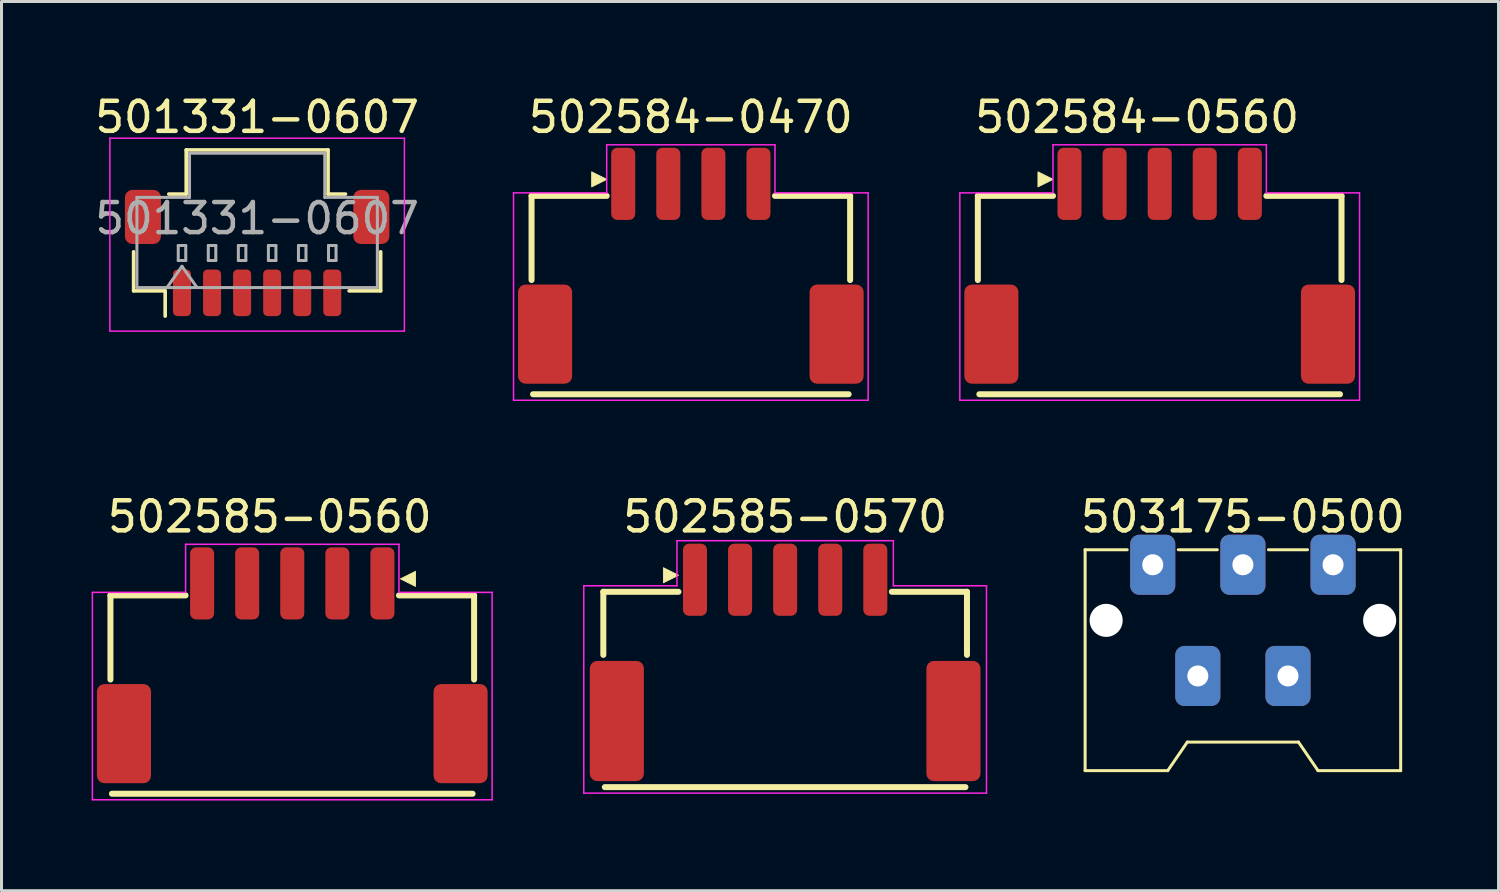
<source format=kicad_pcb>
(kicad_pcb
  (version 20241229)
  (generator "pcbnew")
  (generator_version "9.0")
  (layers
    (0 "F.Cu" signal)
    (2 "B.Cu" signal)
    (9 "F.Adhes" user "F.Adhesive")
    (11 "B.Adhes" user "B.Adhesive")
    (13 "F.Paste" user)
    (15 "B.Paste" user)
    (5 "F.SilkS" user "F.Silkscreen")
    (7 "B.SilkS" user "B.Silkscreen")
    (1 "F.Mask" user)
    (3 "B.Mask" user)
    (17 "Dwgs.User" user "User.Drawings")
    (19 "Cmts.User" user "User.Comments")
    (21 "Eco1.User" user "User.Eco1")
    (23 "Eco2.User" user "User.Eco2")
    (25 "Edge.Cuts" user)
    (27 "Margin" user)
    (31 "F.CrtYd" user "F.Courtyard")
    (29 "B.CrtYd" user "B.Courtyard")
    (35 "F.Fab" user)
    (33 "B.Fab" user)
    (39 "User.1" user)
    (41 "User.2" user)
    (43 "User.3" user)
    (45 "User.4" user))
  (footprint "502584-0560"
    (layer "F.Cu")
    (at 35.537 6.068)
    (property "Reference" "502584-0560" (at -0.75 -5.22 0) (layer "F.SilkS") (effects (font (size 1 1) (thickness 0.15))))
    (attr smd)
    (fp_line (start -6.05 -2.6) (end -3.55 -2.6) (stroke (width 0.2) (type default)) (layer "F.SilkS"))
    (fp_line (start -6.05 0.2) (end -6.05 -2.6) (stroke (width 0.2) (type default)) (layer "F.SilkS"))
    (fp_line (start -6 4) (end 6 4) (stroke (width 0.2) (type default)) (layer "F.SilkS"))
    (fp_line (start 3.55 -2.6) (end 6.05 -2.6) (stroke (width 0.2) (type default)) (layer "F.SilkS"))
    (fp_line (start 6.05 -2.6) (end 6.05 0.2) (stroke (width 0.2) (type default)) (layer "F.SilkS"))
    (fp_poly (pts (xy -3.55 -3.15) (xy -4.05 -2.9) (xy -4.05 -3.4)) (stroke (width 0.03) (type solid)) (fill yes) (layer "F.SilkS"))
    (fp_line (start -6.65 -2.7) (end -3.55 -2.7) (stroke (width 0.05) (type default)) (layer "F.CrtYd"))
    (fp_line (start -6.65 4.2) (end -6.65 -2.7) (stroke (width 0.05) (type default)) (layer "F.CrtYd"))
    (fp_line (start -3.55 -4.3) (end 3.55 -4.3) (stroke (width 0.05) (type default)) (layer "F.CrtYd"))
    (fp_line (start -3.55 -2.7) (end -3.55 -4.3) (stroke (width 0.05) (type default)) (layer "F.CrtYd"))
    (fp_line (start 3.55 -4.3) (end 3.55 -2.7) (stroke (width 0.05) (type default)) (layer "F.CrtYd"))
    (fp_line (start 3.55 -2.7) (end 6.65 -2.7) (stroke (width 0.05) (type default)) (layer "F.CrtYd"))
    (fp_line (start 6.65 -2.7) (end 6.65 4.2) (stroke (width 0.05) (type default)) (layer "F.CrtYd"))
    (fp_line (start 6.65 4.2) (end -6.65 4.2) (stroke (width 0.05) (type default)) (layer "F.CrtYd"))
    (pad "1" smd roundrect (at -3 -3) (size 0.8 2.4) (layers "F.Cu" "F.Mask" "F.Paste") (roundrect_rratio 0.25))
    (pad "2" smd roundrect (at -1.5 -3) (size 0.8 2.4) (layers "F.Cu" "F.Mask" "F.Paste") (roundrect_rratio 0.25))
    (pad "3" smd roundrect (at 0 -3) (size 0.8 2.4) (layers "F.Cu" "F.Mask" "F.Paste") (roundrect_rratio 0.25))
    (pad "4" smd roundrect (at 1.5 -3) (size 0.8 2.4) (layers "F.Cu" "F.Mask" "F.Paste") (roundrect_rratio 0.25))
    (pad "5" smd roundrect (at 3 -3) (size 0.8 2.4) (layers "F.Cu" "F.Mask" "F.Paste") (roundrect_rratio 0.25))
    (pad "MP" smd roundrect (at -5.6 2) (size 1.8 3.3) (layers "F.Cu" "F.Mask" "F.Paste") (roundrect_rratio 0.139))
    (pad "MP" smd roundrect (at 5.6 2) (size 1.8 3.3) (layers "F.Cu" "F.Mask" "F.Paste") (roundrect_rratio 0.139)))
  (footprint "502585-0570"
    (layer "F.Cu")
    (at 23.075 19.241)
    (property "Reference" "502585-0570" (at 0 -5.1 0) (layer "F.SilkS") (effects (font (size 1 1) (thickness 0.15))))
    (attr smd)
    (fp_line (start -6.05 -2.6) (end -3.55 -2.6) (stroke (width 0.2) (type default)) (layer "F.SilkS"))
    (fp_line (start -6.05 -0.5) (end -6.05 -2.6) (stroke (width 0.2) (type default)) (layer "F.SilkS"))
    (fp_line (start -6 3.9) (end 6 3.9) (stroke (width 0.2) (type default)) (layer "F.SilkS"))
    (fp_line (start 3.55 -2.6) (end 6.05 -2.6) (stroke (width 0.2) (type default)) (layer "F.SilkS"))
    (fp_line (start 6.05 -2.6) (end 6.05 -0.5) (stroke (width 0.2) (type default)) (layer "F.SilkS"))
    (fp_poly (pts (xy -3.55 -3.15) (xy -4.05 -2.9) (xy -4.05 -3.4)) (stroke (width 0.03) (type solid)) (fill yes) (layer "F.SilkS"))
    (fp_line (start -6.7 -2.8) (end -3.6 -2.8) (stroke (width 0.05) (type default)) (layer "F.CrtYd"))
    (fp_line (start -6.7 4.1) (end -6.7 -2.8) (stroke (width 0.05) (type default)) (layer "F.CrtYd"))
    (fp_line (start -3.6 -4.3) (end 3.6 -4.3) (stroke (width 0.05) (type default)) (layer "F.CrtYd"))
    (fp_line (start -3.6 -2.8) (end -3.6 -4.3) (stroke (width 0.05) (type default)) (layer "F.CrtYd"))
    (fp_line (start 3.6 -4.3) (end 3.6 -2.8) (stroke (width 0.05) (type default)) (layer "F.CrtYd"))
    (fp_line (start 3.6 -2.8) (end 6.7 -2.8) (stroke (width 0.05) (type default)) (layer "F.CrtYd"))
    (fp_line (start 6.7 -2.8) (end 6.7 4.1) (stroke (width 0.05) (type default)) (layer "F.CrtYd"))
    (fp_line (start 6.7 4.1) (end -6.7 4.1) (stroke (width 0.05) (type default)) (layer "F.CrtYd"))
    (pad "1" smd roundrect (at -3 -3) (size 0.8 2.4) (layers "F.Cu" "F.Mask" "F.Paste") (roundrect_rratio 0.25))
    (pad "2" smd roundrect (at -1.5 -3) (size 0.8 2.4) (layers "F.Cu" "F.Mask" "F.Paste") (roundrect_rratio 0.25))
    (pad "3" smd roundrect (at 0 -3) (size 0.8 2.4) (layers "F.Cu" "F.Mask" "F.Paste") (roundrect_rratio 0.25))
    (pad "4" smd roundrect (at 1.5 -3) (size 0.8 2.4) (layers "F.Cu" "F.Mask" "F.Paste") (roundrect_rratio 0.25))
    (pad "5" smd roundrect (at 3 -3) (size 0.8 2.4) (layers "F.Cu" "F.Mask" "F.Paste") (roundrect_rratio 0.25))
    (pad "MP" smd roundrect (at -5.6 1.7) (size 1.8 4) (layers "F.Cu" "F.Mask" "F.Paste") (roundrect_rratio 0.139))
    (pad "MP" smd roundrect (at 5.6 1.7) (size 1.8 4) (layers "F.Cu" "F.Mask" "F.Paste") (roundrect_rratio 0.139)))
  (footprint "503175-0500"
    (layer "F.Cu")
    (at 38.306 15.742)
    (property "Reference" "503175-0500" (at 0 -1.6 0) (layer "F.SilkS") (effects (font (size 1 1) (thickness 0.15))))
    (attr smd)
    (fp_line (start -5.25 -0.5) (end -5.25 6.85) (stroke (width 0.1) (type default)) (layer "F.SilkS"))
    (fp_line (start -5.25 6.85) (end -2.5 6.85) (stroke (width 0.1) (type default)) (layer "F.SilkS"))
    (fp_line (start -3.85 -0.5) (end -5.25 -0.5) (stroke (width 0.1) (type default)) (layer "F.SilkS"))
    (fp_line (start -2.5 6.85) (end -1.85 5.9) (stroke (width 0.1) (type default)) (layer "F.SilkS"))
    (fp_line (start -2.15 -0.5) (end -0.85 -0.5) (stroke (width 0.1) (type default)) (layer "F.SilkS"))
    (fp_line (start -1.85 5.9) (end 1.85 5.9) (stroke (width 0.1) (type default)) (layer "F.SilkS"))
    (fp_line (start 0.85 -0.5) (end 2.15 -0.5) (stroke (width 0.1) (type default)) (layer "F.SilkS"))
    (fp_line (start 2.5 6.85) (end 1.85 5.9) (stroke (width 0.1) (type default)) (layer "F.SilkS"))
    (fp_line (start 3.85 -0.5) (end 5.25 -0.5) (stroke (width 0.1) (type default)) (layer "F.SilkS"))
    (fp_line (start 5.25 -0.5) (end 5.25 6.85) (stroke (width 0.1) (type default)) (layer "F.SilkS"))
    (fp_line (start 5.25 6.85) (end 2.5 6.85) (stroke (width 0.1) (type default)) (layer "F.SilkS"))
    (pad "" np_thru_hole circle (at -4.55 1.85) (size 1.1 1.1) (drill 1.1) (layers "*.Cu" "*.Mask"))
    (pad "" np_thru_hole circle (at 4.55 1.85) (size 1.1 1.1) (drill 1.1) (layers "*.Cu" "*.Mask"))
    (pad "1" thru_hole roundrect (at -3 0 270) (size 2 1.5) (drill 0.7) (layers "*.Cu" "*.Mask") (roundrect_rratio 0.2))
    (pad "2" thru_hole roundrect (at -1.5 3.7 270) (size 2 1.5) (drill 0.7) (layers "*.Cu" "*.Mask") (roundrect_rratio 0.2))
    (pad "3" thru_hole roundrect (at 0 0 270) (size 2 1.5) (drill 0.7) (layers "*.Cu" "*.Mask") (roundrect_rratio 0.2))
    (pad "4" thru_hole roundrect (at 1.5 3.7 270) (size 2 1.5) (drill 0.7) (layers "*.Cu" "*.Mask") (roundrect_rratio 0.2))
    (pad "5" thru_hole roundrect (at 3 0 270) (size 2 1.5) (drill 0.7) (layers "*.Cu" "*.Mask") (roundrect_rratio 0.2)))
  (footprint "501331-0607"
    (layer "F.Cu")
    (at 5.506 5.368)
    (property "Reference" "501331-0607" (at 0 -4.52 0) (layer "F.SilkS") (effects (font (size 1 1) (thickness 0.15))))
    (attr smd)
    (fp_line (start -4.11 -0.04) (end -4.11 1.26) (stroke (width 0.12) (type solid)) (layer "F.SilkS"))
    (fp_line (start -4.11 1.26) (end -3.06 1.26) (stroke (width 0.12) (type solid)) (layer "F.SilkS"))
    (fp_line (start -3.06 1.26) (end -3.06 2.1) (stroke (width 0.12) (type solid)) (layer "F.SilkS"))
    (fp_line (start -2.94 -1.96) (end -2.36 -1.96) (stroke (width 0.12) (type solid)) (layer "F.SilkS"))
    (fp_line (start -2.36 -3.43) (end 2.36 -3.43) (stroke (width 0.12) (type solid)) (layer "F.SilkS"))
    (fp_line (start -2.36 -1.96) (end -2.36 -3.43) (stroke (width 0.12) (type solid)) (layer "F.SilkS"))
    (fp_line (start 2.36 -3.43) (end 2.36 -1.96) (stroke (width 0.12) (type solid)) (layer "F.SilkS"))
    (fp_line (start 2.36 -1.96) (end 2.94 -1.96) (stroke (width 0.12) (type solid)) (layer "F.SilkS"))
    (fp_line (start 4.11 -0.04) (end 4.11 1.26) (stroke (width 0.12) (type solid)) (layer "F.SilkS"))
    (fp_line (start 4.11 1.26) (end 3.06 1.26) (stroke (width 0.12) (type solid)) (layer "F.SilkS"))
    (fp_line (start -4.9 -3.82) (end -4.9 2.6) (stroke (width 0.05) (type solid)) (layer "F.CrtYd"))
    (fp_line (start -4.9 2.6) (end 4.9 2.6) (stroke (width 0.05) (type solid)) (layer "F.CrtYd"))
    (fp_line (start 4.9 -3.82) (end -4.9 -3.82) (stroke (width 0.05) (type solid)) (layer "F.CrtYd"))
    (fp_line (start 4.9 2.6) (end 4.9 -3.82) (stroke (width 0.05) (type solid)) (layer "F.CrtYd"))
    (fp_line (start -4 -1.85) (end -2.25 -1.85) (stroke (width 0.1) (type solid)) (layer "F.Fab"))
    (fp_line (start -4 1.15) (end -4 -1.85) (stroke (width 0.1) (type solid)) (layer "F.Fab"))
    (fp_line (start -4 1.15) (end 4 1.15) (stroke (width 0.1) (type solid)) (layer "F.Fab"))
    (fp_line (start -3 1.15) (end -2.5 0.443) (stroke (width 0.1) (type solid)) (layer "F.Fab"))
    (fp_line (start -2.625 -0.25) (end -2.625 0.25) (stroke (width 0.1) (type solid)) (layer "F.Fab"))
    (fp_line (start -2.625 0.25) (end -2.375 0.25) (stroke (width 0.1) (type solid)) (layer "F.Fab"))
    (fp_line (start -2.5 0.443) (end -2 1.15) (stroke (width 0.1) (type solid)) (layer "F.Fab"))
    (fp_line (start -2.375 -0.25) (end -2.625 -0.25) (stroke (width 0.1) (type solid)) (layer "F.Fab"))
    (fp_line (start -2.375 0.25) (end -2.375 -0.25) (stroke (width 0.1) (type solid)) (layer "F.Fab"))
    (fp_line (start -2.25 -3.32) (end 2.25 -3.32) (stroke (width 0.1) (type solid)) (layer "F.Fab"))
    (fp_line (start -2.25 -1.85) (end -2.25 -3.32) (stroke (width 0.1) (type solid)) (layer "F.Fab"))
    (fp_line (start -1.625 -0.25) (end -1.625 0.25) (stroke (width 0.1) (type solid)) (layer "F.Fab"))
    (fp_line (start -1.625 0.25) (end -1.375 0.25) (stroke (width 0.1) (type solid)) (layer "F.Fab"))
    (fp_line (start -1.375 -0.25) (end -1.625 -0.25) (stroke (width 0.1) (type solid)) (layer "F.Fab"))
    (fp_line (start -1.375 0.25) (end -1.375 -0.25) (stroke (width 0.1) (type solid)) (layer "F.Fab"))
    (fp_line (start -0.625 -0.25) (end -0.625 0.25) (stroke (width 0.1) (type solid)) (layer "F.Fab"))
    (fp_line (start -0.625 0.25) (end -0.375 0.25) (stroke (width 0.1) (type solid)) (layer "F.Fab"))
    (fp_line (start -0.375 -0.25) (end -0.625 -0.25) (stroke (width 0.1) (type solid)) (layer "F.Fab"))
    (fp_line (start -0.375 0.25) (end -0.375 -0.25) (stroke (width 0.1) (type solid)) (layer "F.Fab"))
    (fp_line (start 0.375 -0.25) (end 0.375 0.25) (stroke (width 0.1) (type solid)) (layer "F.Fab"))
    (fp_line (start 0.375 0.25) (end 0.625 0.25) (stroke (width 0.1) (type solid)) (layer "F.Fab"))
    (fp_line (start 0.625 -0.25) (end 0.375 -0.25) (stroke (width 0.1) (type solid)) (layer "F.Fab"))
    (fp_line (start 0.625 0.25) (end 0.625 -0.25) (stroke (width 0.1) (type solid)) (layer "F.Fab"))
    (fp_line (start 1.375 -0.25) (end 1.375 0.25) (stroke (width 0.1) (type solid)) (layer "F.Fab"))
    (fp_line (start 1.375 0.25) (end 1.625 0.25) (stroke (width 0.1) (type solid)) (layer "F.Fab"))
    (fp_line (start 1.625 -0.25) (end 1.375 -0.25) (stroke (width 0.1) (type solid)) (layer "F.Fab"))
    (fp_line (start 1.625 0.25) (end 1.625 -0.25) (stroke (width 0.1) (type solid)) (layer "F.Fab"))
    (fp_line (start 2.25 -3.32) (end 2.25 -1.85) (stroke (width 0.1) (type solid)) (layer "F.Fab"))
    (fp_line (start 2.25 -1.85) (end 4 -1.85) (stroke (width 0.1) (type solid)) (layer "F.Fab"))
    (fp_line (start 2.375 -0.25) (end 2.375 0.25) (stroke (width 0.1) (type solid)) (layer "F.Fab"))
    (fp_line (start 2.375 0.25) (end 2.625 0.25) (stroke (width 0.1) (type solid)) (layer "F.Fab"))
    (fp_line (start 2.625 -0.25) (end 2.375 -0.25) (stroke (width 0.1) (type solid)) (layer "F.Fab"))
    (fp_line (start 2.625 0.25) (end 2.625 -0.25) (stroke (width 0.1) (type solid)) (layer "F.Fab"))
    (fp_line (start 4 1.15) (end 4 -1.85) (stroke (width 0.1) (type solid)) (layer "F.Fab"))
    (fp_text user "${REFERENCE}" (at 0 -1.15 0) (layer "F.Fab") (effects (font (size 1 1) (thickness 0.15))))
    (pad "1" smd roundrect (at -2.5 1.325) (size 0.6 1.55) (layers "F.Cu" "F.Mask" "F.Paste") (roundrect_rratio 0.25))
    (pad "2" smd roundrect (at -1.5 1.325) (size 0.6 1.55) (layers "F.Cu" "F.Mask" "F.Paste") (roundrect_rratio 0.25))
    (pad "3" smd roundrect (at -0.5 1.325) (size 0.6 1.55) (layers "F.Cu" "F.Mask" "F.Paste") (roundrect_rratio 0.25))
    (pad "4" smd roundrect (at 0.5 1.325) (size 0.6 1.55) (layers "F.Cu" "F.Mask" "F.Paste") (roundrect_rratio 0.25))
    (pad "5" smd roundrect (at 1.5 1.325) (size 0.6 1.55) (layers "F.Cu" "F.Mask" "F.Paste") (roundrect_rratio 0.25))
    (pad "6" smd roundrect (at 2.5 1.325) (size 0.6 1.55) (layers "F.Cu" "F.Mask" "F.Paste") (roundrect_rratio 0.25))
    (pad "MP" smd roundrect (at -3.8 -1.2) (size 1.2 1.8) (layers "F.Cu" "F.Mask" "F.Paste") (roundrect_rratio 0.208))
    (pad "MP" smd roundrect (at 3.8 -1.2) (size 1.2 1.8) (layers "F.Cu" "F.Mask" "F.Paste") (roundrect_rratio 0.208)))
  (footprint "502584-0470"
    (layer "F.Cu")
    (at 19.937 6.068)
    (property "Reference" "502584-0470" (at 0 -5.22 0) (layer "F.SilkS") (effects (font (size 1 1) (thickness 0.15))))
    (attr smd)
    (fp_line (start -5.3 -2.6) (end -2.8 -2.6) (stroke (width 0.2) (type default)) (layer "F.SilkS"))
    (fp_line (start -5.3 0.2) (end -5.3 -2.6) (stroke (width 0.2) (type default)) (layer "F.SilkS"))
    (fp_line (start -5.25 4) (end 5.25 4) (stroke (width 0.2) (type default)) (layer "F.SilkS"))
    (fp_line (start 2.8 -2.6) (end 5.3 -2.6) (stroke (width 0.2) (type default)) (layer "F.SilkS"))
    (fp_line (start 5.3 -2.6) (end 5.3 0.2) (stroke (width 0.2) (type default)) (layer "F.SilkS"))
    (fp_poly (pts (xy -2.8 -3.15) (xy -3.3 -2.9) (xy -3.3 -3.4)) (stroke (width 0.03) (type solid)) (fill yes) (layer "F.SilkS"))
    (fp_line (start -5.9 -2.7) (end -2.8 -2.7) (stroke (width 0.05) (type default)) (layer "F.CrtYd"))
    (fp_line (start -5.9 4.2) (end -5.9 -2.7) (stroke (width 0.05) (type default)) (layer "F.CrtYd"))
    (fp_line (start -2.8 -4.3) (end 2.8 -4.3) (stroke (width 0.05) (type default)) (layer "F.CrtYd"))
    (fp_line (start -2.8 -2.7) (end -2.8 -4.3) (stroke (width 0.05) (type default)) (layer "F.CrtYd"))
    (fp_line (start 2.8 -4.3) (end 2.8 -2.7) (stroke (width 0.05) (type default)) (layer "F.CrtYd"))
    (fp_line (start 2.8 -2.7) (end 5.9 -2.7) (stroke (width 0.05) (type default)) (layer "F.CrtYd"))
    (fp_line (start 5.9 -2.7) (end 5.9 4.2) (stroke (width 0.05) (type default)) (layer "F.CrtYd"))
    (fp_line (start 5.9 4.2) (end -5.9 4.2) (stroke (width 0.05) (type default)) (layer "F.CrtYd"))
    (pad "1" smd roundrect (at -2.25 -3) (size 0.8 2.4) (layers "F.Cu" "F.Mask" "F.Paste") (roundrect_rratio 0.25))
    (pad "2" smd roundrect (at -0.75 -3) (size 0.8 2.4) (layers "F.Cu" "F.Mask" "F.Paste") (roundrect_rratio 0.25))
    (pad "3" smd roundrect (at 0.75 -3) (size 0.8 2.4) (layers "F.Cu" "F.Mask" "F.Paste") (roundrect_rratio 0.25))
    (pad "4" smd roundrect (at 2.25 -3) (size 0.8 2.4) (layers "F.Cu" "F.Mask" "F.Paste") (roundrect_rratio 0.25))
    (pad "MP" smd roundrect (at -4.85 2) (size 1.8 3.3) (layers "F.Cu" "F.Mask" "F.Paste") (roundrect_rratio 0.139))
    (pad "MP" smd roundrect (at 4.85 2) (size 1.8 3.3) (layers "F.Cu" "F.Mask" "F.Paste") (roundrect_rratio 0.139)))
  (footprint "502585-0560"
    (layer "F.Cu")
    (at 6.675 19.361)
    (property "Reference" "502585-0560" (at -0.75 -5.22 0) (layer "F.SilkS") (effects (font (size 1 1) (thickness 0.15))))
    (attr smd)
    (fp_line (start -6.05 -2.6) (end -3.55 -2.6) (stroke (width 0.2) (type default)) (layer "F.SilkS"))
    (fp_line (start -6.05 0.2) (end -6.05 -2.6) (stroke (width 0.2) (type default)) (layer "F.SilkS"))
    (fp_line (start -6 4) (end 6 4) (stroke (width 0.2) (type default)) (layer "F.SilkS"))
    (fp_line (start 3.55 -2.6) (end 6.05 -2.6) (stroke (width 0.2) (type default)) (layer "F.SilkS"))
    (fp_line (start 6.05 -2.6) (end 6.05 0.2) (stroke (width 0.2) (type default)) (layer "F.SilkS"))
    (fp_poly (pts (xy 3.6 -3.15) (xy 4.1 -3.4) (xy 4.1 -2.9)) (stroke (width 0.03) (type solid)) (fill yes) (layer "F.SilkS"))
    (fp_line (start -6.65 -2.7) (end -3.55 -2.7) (stroke (width 0.05) (type default)) (layer "F.CrtYd"))
    (fp_line (start -6.65 4.2) (end -6.65 -2.7) (stroke (width 0.05) (type default)) (layer "F.CrtYd"))
    (fp_line (start -3.55 -4.3) (end 3.55 -4.3) (stroke (width 0.05) (type default)) (layer "F.CrtYd"))
    (fp_line (start -3.55 -2.7) (end -3.55 -4.3) (stroke (width 0.05) (type default)) (layer "F.CrtYd"))
    (fp_line (start 3.55 -4.3) (end 3.55 -2.7) (stroke (width 0.05) (type default)) (layer "F.CrtYd"))
    (fp_line (start 3.55 -2.7) (end 6.65 -2.7) (stroke (width 0.05) (type default)) (layer "F.CrtYd"))
    (fp_line (start 6.65 -2.7) (end 6.65 4.2) (stroke (width 0.05) (type default)) (layer "F.CrtYd"))
    (fp_line (start 6.65 4.2) (end -6.65 4.2) (stroke (width 0.05) (type default)) (layer "F.CrtYd"))
    (pad "1" smd roundrect (at 3 -3) (size 0.8 2.4) (layers "F.Cu" "F.Mask" "F.Paste") (roundrect_rratio 0.25))
    (pad "2" smd roundrect (at 1.5 -3) (size 0.8 2.4) (layers "F.Cu" "F.Mask" "F.Paste") (roundrect_rratio 0.25))
    (pad "3" smd roundrect (at 0 -3) (size 0.8 2.4) (layers "F.Cu" "F.Mask" "F.Paste") (roundrect_rratio 0.25))
    (pad "4" smd roundrect (at -1.5 -3) (size 0.8 2.4) (layers "F.Cu" "F.Mask" "F.Paste") (roundrect_rratio 0.25))
    (pad "5" smd roundrect (at -3 -3) (size 0.8 2.4) (layers "F.Cu" "F.Mask" "F.Paste") (roundrect_rratio 0.25))
    (pad "MP" smd roundrect (at -5.6 2) (size 1.8 3.3) (layers "F.Cu" "F.Mask" "F.Paste") (roundrect_rratio 0.139))
    (pad "MP" smd roundrect (at 5.6 2) (size 1.8 3.3) (layers "F.Cu" "F.Mask" "F.Paste") (roundrect_rratio 0.139)))
  (gr_rect
    (start -3 -3)
    (end 46.812 26.587)
    (stroke (width 0.1) (type default))
    (fill no)
    (layer "Edge.Cuts")))
</source>
